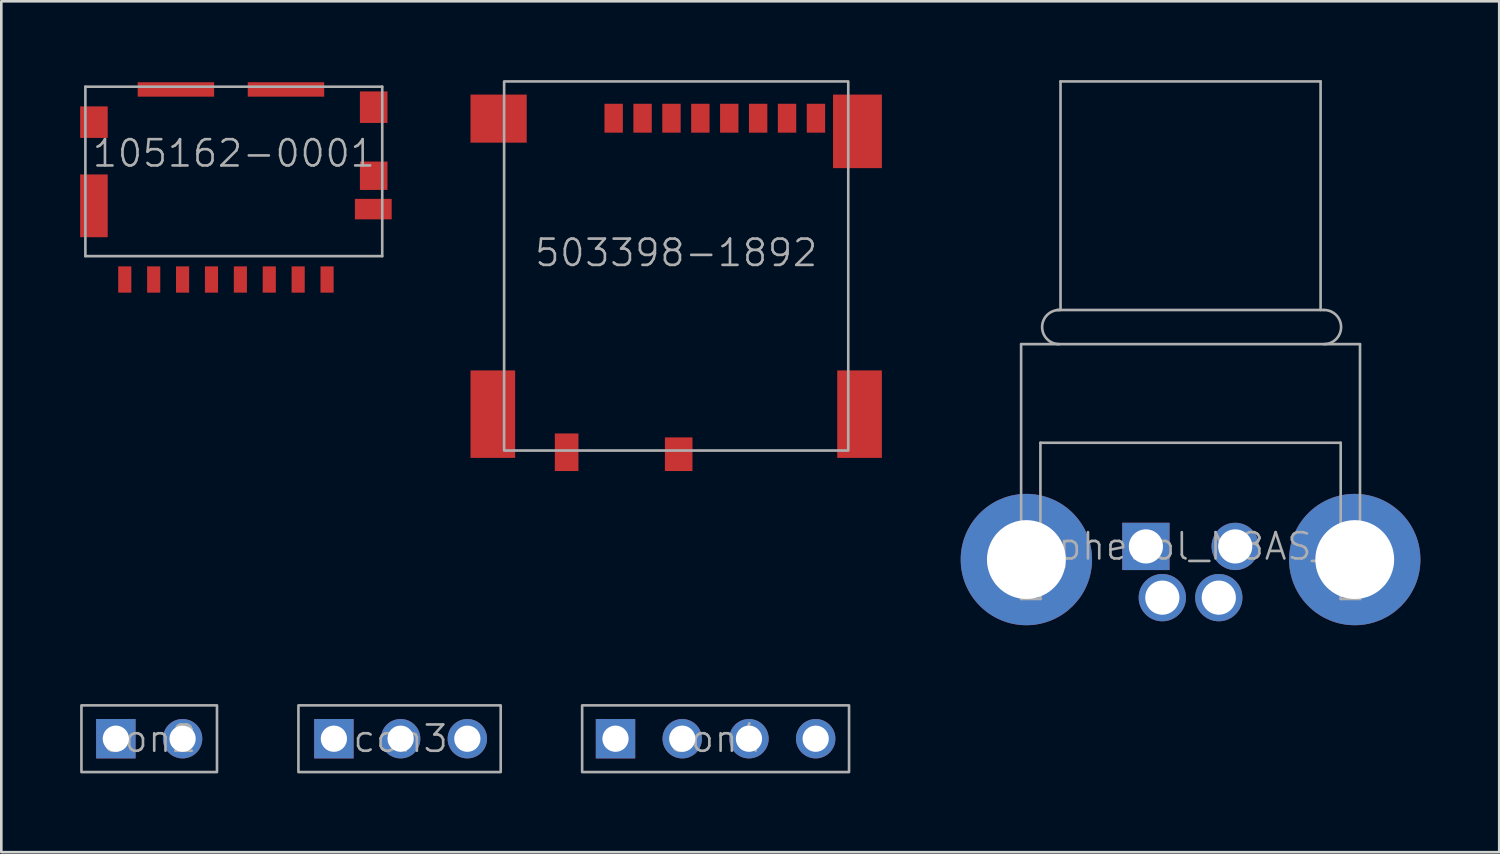
<source format=kicad_pcb>
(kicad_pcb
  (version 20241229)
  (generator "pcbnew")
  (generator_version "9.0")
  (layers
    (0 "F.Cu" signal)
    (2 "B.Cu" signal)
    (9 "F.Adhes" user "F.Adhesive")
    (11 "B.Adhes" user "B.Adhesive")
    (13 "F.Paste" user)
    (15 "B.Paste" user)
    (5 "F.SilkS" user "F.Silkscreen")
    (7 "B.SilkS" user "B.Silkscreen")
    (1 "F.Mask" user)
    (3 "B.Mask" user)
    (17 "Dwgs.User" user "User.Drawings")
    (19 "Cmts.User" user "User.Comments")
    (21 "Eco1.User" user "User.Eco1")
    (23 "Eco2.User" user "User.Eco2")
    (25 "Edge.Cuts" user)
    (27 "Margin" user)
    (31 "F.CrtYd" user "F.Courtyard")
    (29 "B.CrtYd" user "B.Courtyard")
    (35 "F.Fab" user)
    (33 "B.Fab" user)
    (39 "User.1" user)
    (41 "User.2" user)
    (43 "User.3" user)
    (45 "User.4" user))
  (footprint "con4"
    (layer "F.Cu")
    (at 24.19 25.07)
    (property "Reference" "con4" (at 0 0 0) (unlocked yes) (layer "F.Fab") (effects (font (size 1 1) (thickness 0.1))))
    (attr through_hole)
    (fp_rect (start -5.08 -1.27) (end 5.08 1.27) (stroke (width 0.1) (type default)) (fill no) (layer "F.Fab"))
    (pad "1" thru_hole rect (at -3.81 0) (size 1.5 1.5) (drill 1) (layers "*.Cu" "*.Mask"))
    (pad "2" thru_hole circle (at -1.27 0) (size 1.5 1.5) (drill 1) (layers "*.Cu" "*.Mask"))
    (pad "3" thru_hole circle (at 1.27 0) (size 1.5 1.5) (drill 1) (layers "*.Cu" "*.Mask"))
    (pad "4" thru_hole circle (at 3.81 0) (size 1.5 1.5) (drill 1) (layers "*.Cu" "*.Mask")))
  (footprint "105162-0001"
    (layer "F.Cu")
    (at 5.85 0.25)
    (property "Reference" "105162-0001" (at 0 2.54 0) (layer "F.Fab") (effects (font (size 1 1) (thickness 0.1))))
    (attr smd)
    (fp_line (start -5.65 0) (end 5.65 0) (stroke (width 0.1) (type solid)) (layer "F.Fab"))
    (fp_line (start -5.65 6.45) (end -5.65 0) (stroke (width 0.1) (type solid)) (layer "F.Fab"))
    (fp_line (start 5.65 0) (end 5.65 6.45) (stroke (width 0.1) (type solid)) (layer "F.Fab"))
    (fp_line (start 5.65 6.45) (end -5.65 6.45) (stroke (width 0.1) (type solid)) (layer "F.Fab"))
    (pad "" smd rect (at -2.204 0.105 90) (size 0.55 2.91) (layers "F.Cu" "F.Mask" "F.Paste"))
    (pad "" smd rect (at 1.986 0.105 90) (size 0.55 2.91) (layers "F.Cu" "F.Mask" "F.Paste"))
    (pad "1" smd rect (at 3.55 7.34) (size 0.5 1) (layers "F.Cu" "F.Mask" "F.Paste"))
    (pad "2" smd rect (at 2.45 7.34) (size 0.5 1) (layers "F.Cu" "F.Mask" "F.Paste"))
    (pad "3" smd rect (at 1.35 7.34) (size 0.5 1) (layers "F.Cu" "F.Mask" "F.Paste"))
    (pad "4" smd rect (at 0.25 7.34) (size 0.5 1) (layers "F.Cu" "F.Mask" "F.Paste"))
    (pad "5" smd rect (at -0.85 7.34) (size 0.5 1) (layers "F.Cu" "F.Mask" "F.Paste"))
    (pad "6" smd rect (at -1.95 7.34) (size 0.5 1) (layers "F.Cu" "F.Mask" "F.Paste"))
    (pad "7" smd rect (at -3.05 7.34) (size 0.5 1) (layers "F.Cu" "F.Mask" "F.Paste"))
    (pad "8" smd rect (at -4.15 7.34) (size 0.5 1) (layers "F.Cu" "F.Mask" "F.Paste"))
    (pad "9" smd rect (at 5.31 4.66) (size 1.4 0.78) (layers "F.Cu" "F.Mask" "F.Paste"))
    (pad "10" smd rect (at -5.325 1.35) (size 1.05 1.2) (layers "F.Cu" "F.Mask" "F.Paste"))
    (pad "10" smd rect (at -5.325 4.535) (size 1.05 2.39) (layers "F.Cu" "F.Mask" "F.Paste"))
    (pad "10" smd rect (at 5.325 0.78) (size 1.05 1.2) (layers "F.Cu" "F.Mask" "F.Paste"))
    (pad "10" smd rect (at 5.325 3.39) (size 1.05 1.08) (layers "F.Cu" "F.Mask" "F.Paste")))
  (footprint "con2"
    (layer "F.Cu")
    (at 2.63 25.07)
    (property "Reference" "con2" (at 0 0 0) (unlocked yes) (layer "F.Fab") (effects (font (size 1 1) (thickness 0.1))))
    (attr through_hole)
    (fp_rect (start -2.58 -1.27) (end 2.58 1.27) (stroke (width 0.1) (type default)) (fill no) (layer "F.Fab"))
    (pad "1" thru_hole rect (at -1.27 0) (size 1.5 1.5) (drill 1) (layers "*.Cu" "*.Mask"))
    (pad "2" thru_hole circle (at 1.27 0) (size 1.5 1.5) (drill 1) (layers "*.Cu" "*.Mask")))
  (footprint "con3"
    (layer "F.Cu")
    (at 12.2 25.07)
    (property "Reference" "con3" (at 0 0 0) (unlocked yes) (layer "F.Fab") (effects (font (size 1 1) (thickness 0.1))))
    (attr through_hole)
    (fp_rect (start -3.89 -1.27) (end 3.81 1.27) (stroke (width 0.1) (type default)) (fill no) (layer "F.Fab"))
    (pad "1" thru_hole rect (at -2.54 0) (size 1.5 1.5) (drill 1) (layers "*.Cu" "*.Mask"))
    (pad "2" thru_hole circle (at 0 0) (size 1.5 1.5) (drill 1) (layers "*.Cu" "*.Mask"))
    (pad "3" thru_hole circle (at 2.54 0) (size 1.5 1.5) (drill 1) (layers "*.Cu" "*.Mask")))
  (footprint "503398-1892"
    (layer "F.Cu")
    (at 22.69 7.075)
    (property "Reference" "503398-1892" (at 0 -0.5 0) (unlocked yes) (layer "F.Fab") (effects (font (size 1 1) (thickness 0.1))))
    (attr smd)
    (fp_rect (start -6.55 7.025) (end 6.55 -7.025) (stroke (width 0.1) (type default)) (fill no) (layer "F.Fab"))
    (pad "1" smd rect (at 5.32 -5.625) (size 0.7 1.1) (layers "F.Cu" "F.Mask" "F.Paste"))
    (pad "2" smd rect (at 4.22 -5.625) (size 0.7 1.1) (layers "F.Cu" "F.Mask" "F.Paste"))
    (pad "3" smd rect (at 3.12 -5.625) (size 0.7 1.1) (layers "F.Cu" "F.Mask" "F.Paste"))
    (pad "4" smd rect (at 2.02 -5.625) (size 0.7 1.1) (layers "F.Cu" "F.Mask" "F.Paste"))
    (pad "5" smd rect (at 0.92 -5.625) (size 0.7 1.1) (layers "F.Cu" "F.Mask" "F.Paste"))
    (pad "6" smd rect (at -0.18 -5.625) (size 0.7 1.1) (layers "F.Cu" "F.Mask" "F.Paste"))
    (pad "7" smd rect (at -1.28 -5.625) (size 0.7 1.1) (layers "F.Cu" "F.Mask" "F.Paste"))
    (pad "8" smd rect (at -2.38 -5.625) (size 0.7 1.1) (layers "F.Cu" "F.Mask" "F.Paste"))
    (pad "9" smd rect (at 0.095 7.165) (size 1.05 1.28) (layers "F.Cu" "F.Mask" "F.Paste"))
    (pad "10" smd rect (at -4.17 7.09) (size 0.9 1.43) (layers "F.Cu" "F.Mask" "F.Paste"))
    (pad "11" smd rect (at -6.98 5.64) (size 1.7 3.33) (layers "F.Cu" "F.Mask" "F.Paste"))
    (pad "11" smd rect (at -6.76 -5.61) (size 2.14 1.83) (layers "F.Cu" "F.Mask" "F.Paste"))
    (pad "11" smd rect (at 6.9 -5.125) (size 1.86 2.8) (layers "F.Cu" "F.Mask" "F.Paste"))
    (pad "11" smd rect (at 6.98 5.64) (size 1.7 3.33) (layers "F.Cu" "F.Mask" "F.Paste")))
  (footprint "amphenol_M8AS_04"
    (layer "F.Cu")
    (at 42.27 18.25)
    (property "Reference" "amphenol_M8AS_04" (at 0 -0.5 0) (unlocked yes) (layer "F.Fab") (effects (font (size 1 1) (thickness 0.1))))
    (attr through_hole)
    (fp_line (start -6.45 -8.2) (end -6.45 1.5) (stroke (width 0.1) (type default)) (layer "F.Fab"))
    (fp_line (start -6.45 -8.2) (end 6.45 -8.2) (stroke (width 0.1) (type default)) (layer "F.Fab"))
    (fp_line (start -6.45 1.5) (end -5.715 1.5) (stroke (width 0.1) (type default)) (layer "F.Fab"))
    (fp_line (start -5.715 -4.445) (end 5.715 -4.445) (stroke (width 0.1) (type default)) (layer "F.Fab"))
    (fp_line (start -5.715 1.5) (end -5.715 -4.445) (stroke (width 0.1) (type default)) (layer "F.Fab"))
    (fp_line (start -5.08 -9.5) (end 5.08 -9.5) (stroke (width 0.1) (type default)) (layer "F.Fab"))
    (fp_line (start -4.95 -18.2) (end -4.95 -9.5) (stroke (width 0.1) (type default)) (layer "F.Fab"))
    (fp_line (start -4.95 -18.2) (end 4.95 -18.2) (stroke (width 0.1) (type default)) (layer "F.Fab"))
    (fp_line (start 4.95 -18.2) (end 4.95 -9.5) (stroke (width 0.1) (type default)) (layer "F.Fab"))
    (fp_line (start 5.715 -4.445) (end 5.715 1.5) (stroke (width 0.1) (type default)) (layer "F.Fab"))
    (fp_line (start 6.45 -8.2) (end 6.45 1.5) (stroke (width 0.1) (type default)) (layer "F.Fab"))
    (fp_line (start 6.45 1.5) (end 5.715 1.5) (stroke (width 0.1) (type default)) (layer "F.Fab"))
    (fp_arc (start -5 -8.2) (mid -5.65 -8.85) (end -5 -9.5) (stroke (width 0.1) (type default)) (layer "F.Fab"))
    (fp_arc (start 5.08 -9.5) (mid 5.73 -8.85) (end 5.08 -8.2) (stroke (width 0.1) (type default)) (layer "F.Fab"))
    (pad "1" thru_hole rect (at -1.7 -0.5) (size 1.8 1.8) (drill 1.3) (layers "*.Cu" "*.Mask"))
    (pad "2" thru_hole circle (at -1.075 1.45) (size 1.8 1.8) (drill 1.3) (layers "*.Cu" "*.Mask"))
    (pad "3" thru_hole circle (at 1.075 1.45) (size 1.8 1.8) (drill 1.3) (layers "*.Cu" "*.Mask"))
    (pad "4" thru_hole circle (at 1.7 -0.5) (size 1.8 1.8) (drill 1.3) (layers "*.Cu" "*.Mask"))
    (pad "5" thru_hole circle (at -6.25 0) (size 5 5) (drill 3) (layers "*.Cu" "*.Mask"))
    (pad "5" thru_hole circle (at 6.25 0) (size 5 5) (drill 3) (layers "*.Cu" "*.Mask")))
  (gr_rect
    (start -3 -3)
    (end 54.02 29.39)
    (stroke (width 0.1) (type default))
    (fill no)
    (layer "Edge.Cuts")))
</source>
